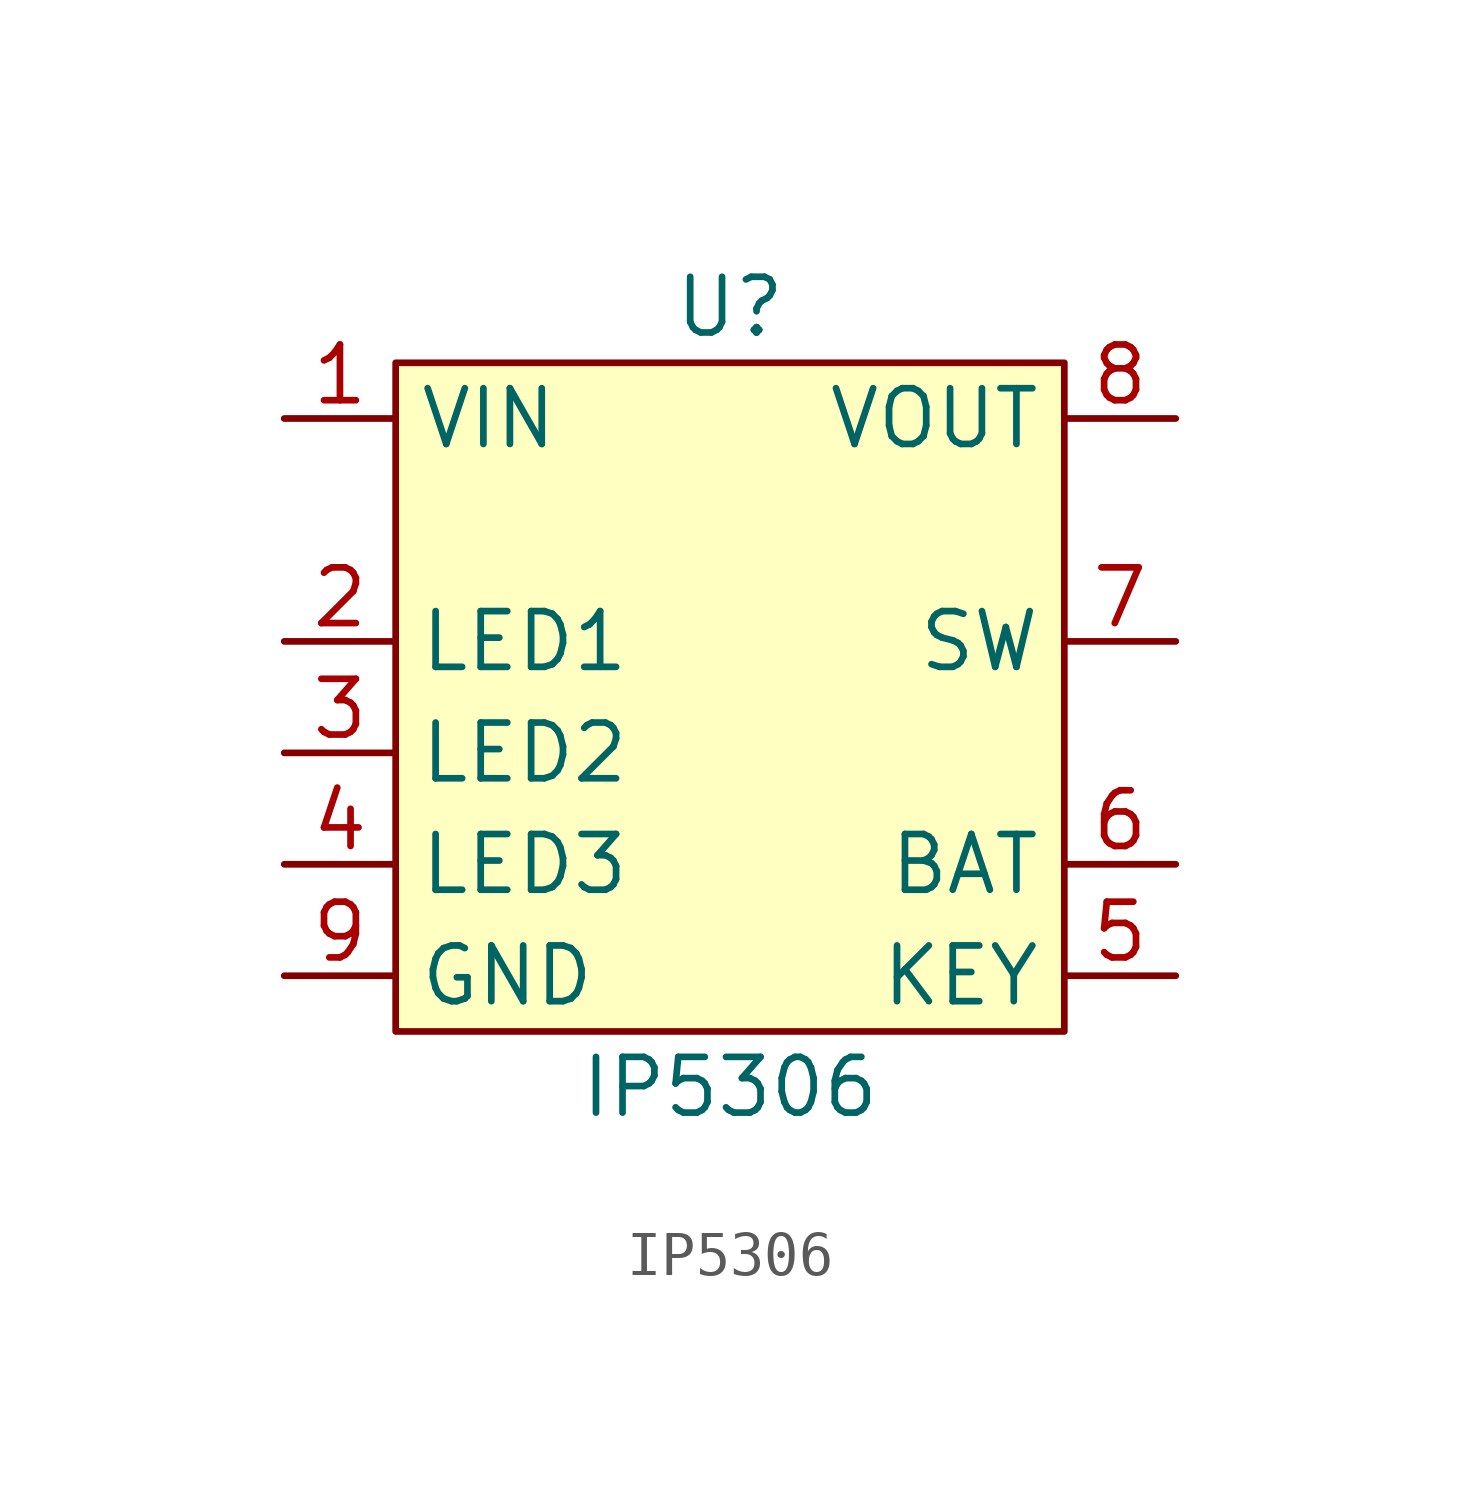
<source format=kicad_sym>
(kicad_symbol_lib
  (version 20211014)
  (generator kicad_symbol_editor)
  (symbol "IP5306"
    (property "Reference" "U"
      (at 0 7.62 0)
      (effects (font (size 1.27 1.27))))
    (property "Value" "IP5306"
      (at 0 -10.16 0)
      (effects (font (size 1.27 1.27))))
    (symbol "IP5306_0_1"
      (rectangle (start -7.62 6.35) (end 7.62 -8.89) (stroke (width 0) (type default) (color 0 0 0 0)) (fill (type background))))
    (symbol "IP5306_1_1"
      (pin power_in line (at -10.16 5.08 0) (length 2.54) (name "VIN" (effects (font (size 1.27 1.27)))) (number "1" (effects (font (size 1.27 1.27)))))
      (pin output line (at -10.16 0 0) (length 2.54) (name "LED1" (effects (font (size 1.27 1.27)))) (number "2" (effects (font (size 1.27 1.27)))))
      (pin output line (at -10.16 -2.54 0) (length 2.54) (name "LED2" (effects (font (size 1.27 1.27)))) (number "3" (effects (font (size 1.27 1.27)))))
      (pin output line (at -10.16 -5.08 0) (length 2.54) (name "LED3" (effects (font (size 1.27 1.27)))) (number "4" (effects (font (size 1.27 1.27)))))
      (pin input line (at 10.16 -7.62 180) (length 2.54) (name "KEY" (effects (font (size 1.27 1.27)))) (number "5" (effects (font (size 1.27 1.27)))))
      (pin bidirectional line (at 10.16 -5.08 180) (length 2.54) (name "BAT" (effects (font (size 1.27 1.27)))) (number "6" (effects (font (size 1.27 1.27)))))
      (pin passive line (at 10.16 0 180) (length 2.54) (name "SW" (effects (font (size 1.27 1.27)))) (number "7" (effects (font (size 1.27 1.27)))))
      (pin power_out line (at 10.16 5.08 180) (length 2.54) (name "VOUT" (effects (font (size 1.27 1.27)))) (number "8" (effects (font (size 1.27 1.27)))))
      (pin power_in line (at -10.16 -7.62 0) (length 2.54) (name "GND" (effects (font (size 1.27 1.27)))) (number "9" (effects (font (size 1.27 1.27))))))))
</source>
